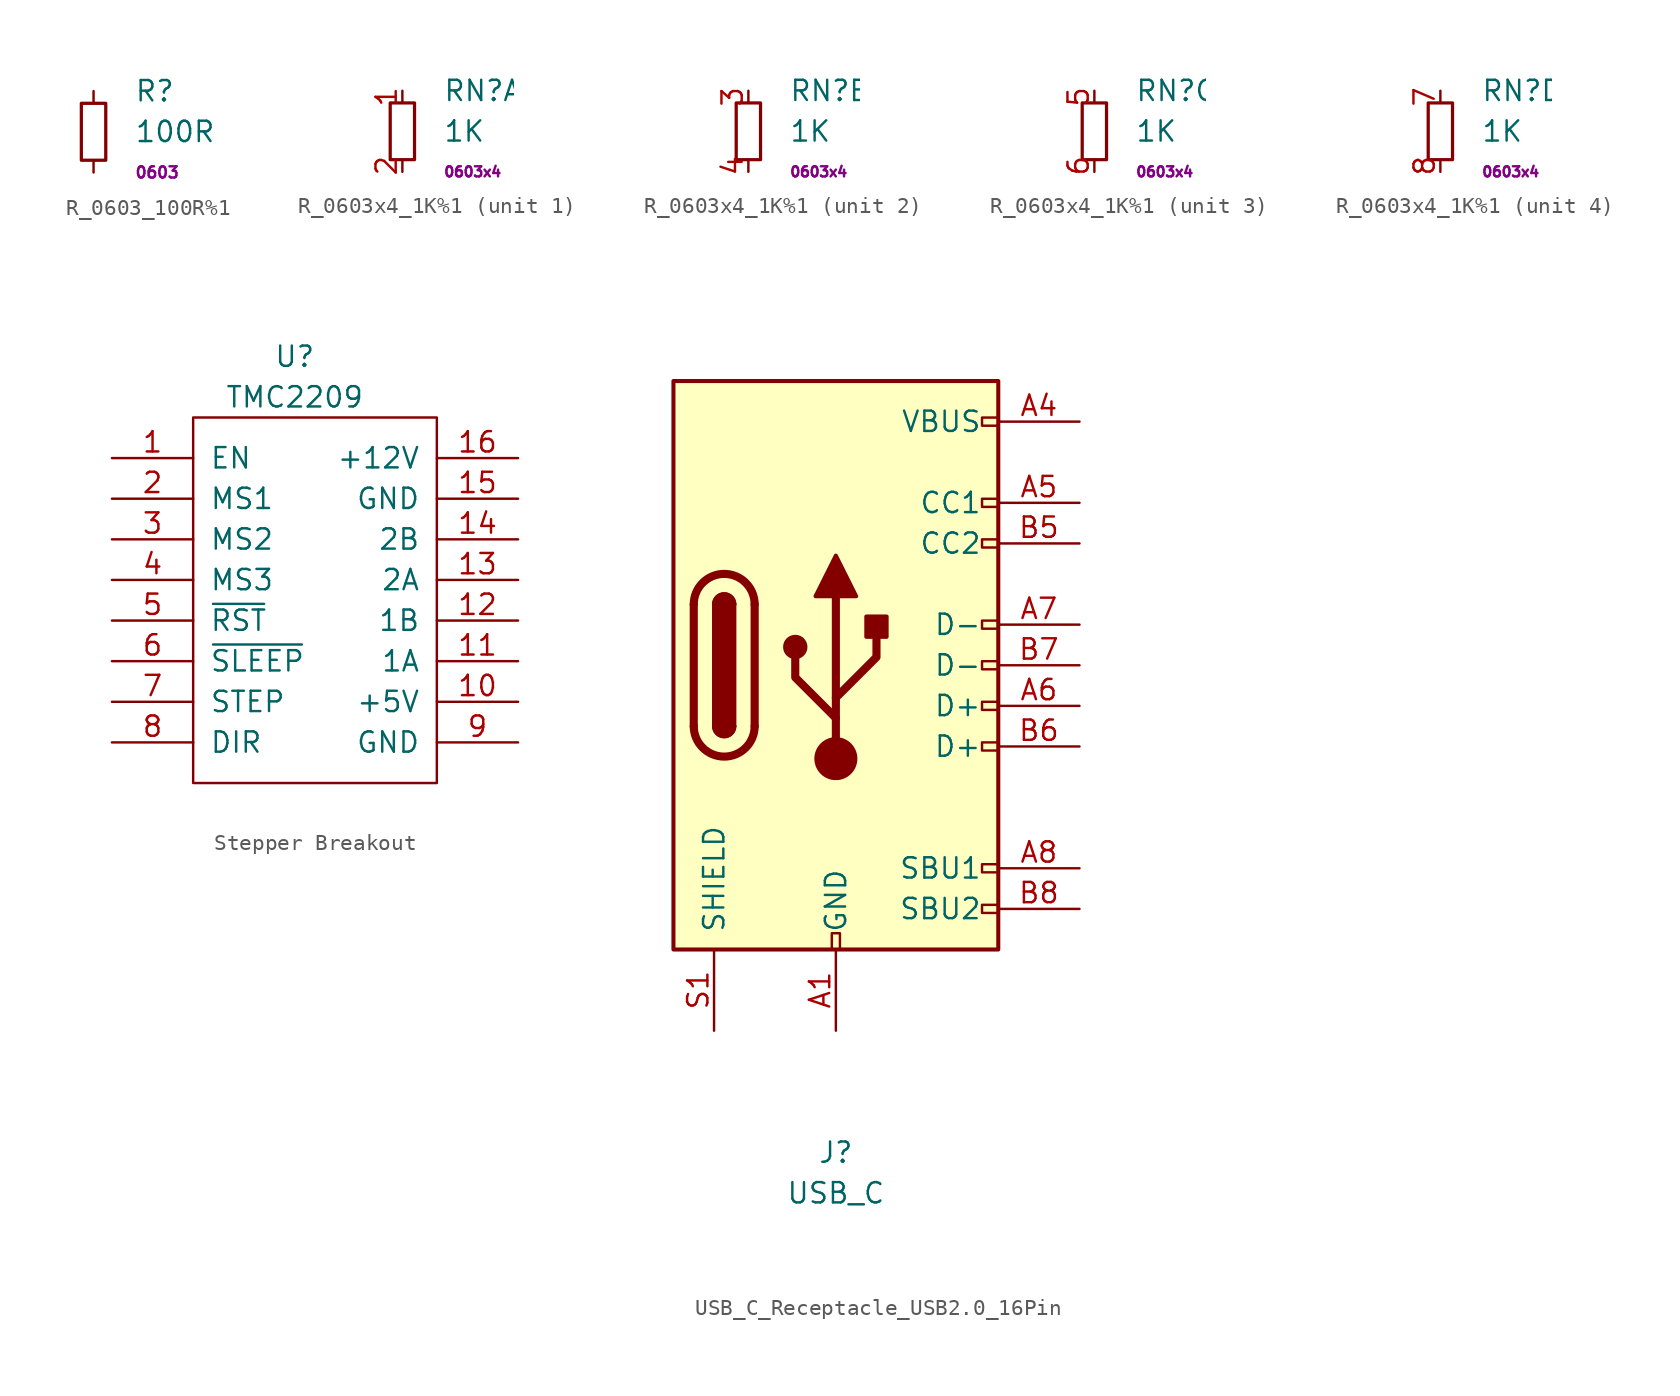
<source format=kicad_sym>
(kicad_symbol_lib
  (version 20241209)
  (generator "kicad_symbol_editor")
  (generator_version "9.0")
  (symbol "R_0603_100R%1"
    (pin_numbers
      (hide yes))
    (pin_names
      (offset 0.254)
      (hide yes))
    (property "Reference" "R"
      (at 2.54 2.54 0)
      (effects (font (size 1.27 1.27)) (justify left)))
    (property "Value" "100R"
      (at 2.54 0 0)
      (effects (font (size 1.27 1.27)) (justify left)))
    (property "Pad" "0603"
      (at 2.54 -2.54 0)
      (effects (font (size 0.7 0.7)) (justify left)))
    (symbol "R_0603_100R%1_0_1"
      (rectangle (start -0.762 1.778) (end 0.762 -1.778) (stroke (width 0.203) (type default)) (fill (type none))))
    (symbol "R_0603_100R%1_1_1"
      (pin passive line (at 0 2.54 270) (length 0.762) (name "~" (effects (font (size 1.27 1.27)))) (number "1" (effects (font (size 1.27 1.27)))))
      (pin passive line (at 0 -2.54 90) (length 0.762) (name "~" (effects (font (size 1.27 1.27)))) (number "2" (effects (font (size 1.27 1.27)))))))
  (symbol "R_0603x4_1K%1"
    (pin_names
      (offset 0)
      (hide yes))
    (property "Reference" "RN"
      (at 2.54 2.54 0)
      (effects (font (size 1.27 1.27)) (justify left)))
    (property "Value" "1K"
      (at 2.54 0 0)
      (effects (font (size 1.27 1.27)) (justify left)))
    (property "Pad" "0603x4"
      (at 2.54 -2.54 0)
      (effects (font (size 0.635 0.635)) (justify left)))
    (symbol "R_0603x4_1K%1_0_1"
      (rectangle (start -0.762 1.778) (end 0.762 -1.778) (stroke (width 0.203) (type default)) (fill (type none))))
    (symbol "R_0603x4_1K%1_1_1"
      (pin passive line (at 0 2.54 270) (length 0.762) (name "~" (effects (font (size 1.27 1.27)))) (number "1" (effects (font (size 1.27 1.27)))))
      (pin passive line (at 0 -2.54 90) (length 0.762) (name "~" (effects (font (size 1.27 1.27)))) (number "2" (effects (font (size 1.27 1.27))))))
    (symbol "R_0603x4_1K%1_2_1"
      (pin passive line (at 0 2.54 270) (length 0.762) (name "~" (effects (font (size 1.27 1.27)))) (number "3" (effects (font (size 1.27 1.27)))))
      (pin passive line (at 0 -2.54 90) (length 0.762) (name "~" (effects (font (size 1.27 1.27)))) (number "4" (effects (font (size 1.27 1.27))))))
    (symbol "R_0603x4_1K%1_3_1"
      (pin passive line (at 0 2.54 270) (length 0.762) (name "~" (effects (font (size 1.27 1.27)))) (number "5" (effects (font (size 1.27 1.27)))))
      (pin passive line (at 0 -2.54 90) (length 0.762) (name "~" (effects (font (size 1.27 1.27)))) (number "6" (effects (font (size 1.27 1.27))))))
    (symbol "R_0603x4_1K%1_4_1"
      (pin passive line (at 0 2.54 270) (length 0.762) (name "~" (effects (font (size 1.27 1.27)))) (number "7" (effects (font (size 1.27 1.27)))))
      (pin passive line (at 0 -2.54 90) (length 0.762) (name "~" (effects (font (size 1.27 1.27)))) (number "8" (effects (font (size 1.27 1.27)))))))
  (symbol "Stepper Breakout"
    (pin_names
      (offset 1.016))
    (property "Reference" "U"
      (at 6.35 6.35 0)
      (effects (font (size 1.27 1.27))))
    (property "Value" "TMC2209"
      (at 6.35 3.81 0)
      (effects (font (size 1.27 1.27))))
    (symbol "Stepper Breakout_0_1"
      (rectangle (start 0 2.54) (end 15.24 -20.32) (stroke (width 0) (type solid)) (fill (type none))))
    (symbol "Stepper Breakout_1_1"
      (pin bidirectional line (at -5.08 0 0) (length 5.08) (name "EN" (effects (font (size 1.27 1.27)))) (number "1" (effects (font (size 1.27 1.27)))))
      (pin bidirectional line (at -5.08 -2.54 0) (length 5.08) (name "MS1" (effects (font (size 1.27 1.27)))) (number "2" (effects (font (size 1.27 1.27)))))
      (pin bidirectional line (at -5.08 -5.08 0) (length 5.08) (name "MS2" (effects (font (size 1.27 1.27)))) (number "3" (effects (font (size 1.27 1.27)))))
      (pin bidirectional line (at -5.08 -7.62 0) (length 5.08) (name "MS3" (effects (font (size 1.27 1.27)))) (number "4" (effects (font (size 1.27 1.27)))))
      (pin bidirectional line (at -5.08 -10.16 0) (length 5.08) (name "~{RST}" (effects (font (size 1.27 1.27)))) (number "5" (effects (font (size 1.27 1.27)))))
      (pin bidirectional line (at -5.08 -12.7 0) (length 5.08) (name "~{SLEEP}" (effects (font (size 1.27 1.27)))) (number "6" (effects (font (size 1.27 1.27)))))
      (pin bidirectional line (at -5.08 -15.24 0) (length 5.08) (name "STEP" (effects (font (size 1.27 1.27)))) (number "7" (effects (font (size 1.27 1.27)))))
      (pin bidirectional line (at -5.08 -17.78 0) (length 5.08) (name "DIR" (effects (font (size 1.27 1.27)))) (number "8" (effects (font (size 1.27 1.27)))))
      (pin bidirectional line (at 20.32 0 180) (length 5.08) (name "+12V" (effects (font (size 1.27 1.27)))) (number "16" (effects (font (size 1.27 1.27)))))
      (pin bidirectional line (at 20.32 -2.54 180) (length 5.08) (name "GND" (effects (font (size 1.27 1.27)))) (number "15" (effects (font (size 1.27 1.27)))))
      (pin bidirectional line (at 20.32 -5.08 180) (length 5.08) (name "2B" (effects (font (size 1.27 1.27)))) (number "14" (effects (font (size 1.27 1.27)))))
      (pin bidirectional line (at 20.32 -7.62 180) (length 5.08) (name "2A" (effects (font (size 1.27 1.27)))) (number "13" (effects (font (size 1.27 1.27)))))
      (pin bidirectional line (at 20.32 -10.16 180) (length 5.08) (name "1B" (effects (font (size 1.27 1.27)))) (number "12" (effects (font (size 1.27 1.27)))))
      (pin bidirectional line (at 20.32 -12.7 180) (length 5.08) (name "1A" (effects (font (size 1.27 1.27)))) (number "11" (effects (font (size 1.27 1.27)))))
      (pin bidirectional line (at 20.32 -15.24 180) (length 5.08) (name "+5V" (effects (font (size 1.27 1.27)))) (number "10" (effects (font (size 1.27 1.27)))))
      (pin bidirectional line (at 20.32 -17.78 180) (length 5.08) (name "GND" (effects (font (size 1.27 1.27)))) (number "9" (effects (font (size 1.27 1.27)))))))
  (symbol "USB_C_Receptacle_USB2.0_16Pin"
    (pin_names
      (offset 1.016))
    (property "Reference" "J"
      (at 0 -30.48 0)
      (effects (font (size 1.27 1.27))))
    (property "Value" "USB_C"
      (at 0 -33.02 0)
      (effects (font (size 1.27 1.27))))
    (symbol "USB_C_Receptacle_USB2.0_16Pin_0_0"
      (rectangle (start -0.254 -17.78) (end 0.254 -16.764) (stroke (width 0) (type default)) (fill (type none)))
      (rectangle (start 10.16 15.494) (end 9.144 14.986) (stroke (width 0) (type default)) (fill (type none)))
      (rectangle (start 10.16 10.414) (end 9.144 9.906) (stroke (width 0) (type default)) (fill (type none)))
      (rectangle (start 10.16 7.874) (end 9.144 7.366) (stroke (width 0) (type default)) (fill (type none)))
      (rectangle (start 10.16 2.794) (end 9.144 2.286) (stroke (width 0) (type default)) (fill (type none)))
      (rectangle (start 10.16 0.254) (end 9.144 -0.254) (stroke (width 0) (type default)) (fill (type none)))
      (rectangle (start 10.16 -2.286) (end 9.144 -2.794) (stroke (width 0) (type default)) (fill (type none)))
      (rectangle (start 10.16 -4.826) (end 9.144 -5.334) (stroke (width 0) (type default)) (fill (type none)))
      (rectangle (start 10.16 -12.446) (end 9.144 -12.954) (stroke (width 0) (type default)) (fill (type none)))
      (rectangle (start 10.16 -14.986) (end 9.144 -15.494) (stroke (width 0) (type default)) (fill (type none))))
    (symbol "USB_C_Receptacle_USB2.0_16Pin_0_1"
      (rectangle (start -10.16 17.78) (end 10.16 -17.78) (stroke (width 0.254) (type default)) (fill (type background)))
      (polyline (pts (xy -8.89 -3.81) (xy -8.89 3.81)) (stroke (width 0.508) (type default)) (fill (type none)))
      (rectangle (start -7.62 -3.81) (end -6.35 3.81) (stroke (width 0.254) (type default)) (fill (type outline)))
      (arc (start -7.62 3.81) (mid -6.985 4.4423) (end -6.35 3.81) (stroke (width 0.254) (type default)) (fill (type none)))
      (arc (start -7.62 3.81) (mid -6.985 4.4423) (end -6.35 3.81) (stroke (width 0.254) (type default)) (fill (type outline)))
      (arc (start -8.89 3.81) (mid -6.985 5.7067) (end -5.08 3.81) (stroke (width 0.508) (type default)) (fill (type none)))
      (arc (start -5.08 -3.81) (mid -6.985 -5.7067) (end -8.89 -3.81) (stroke (width 0.508) (type default)) (fill (type none)))
      (arc (start -6.35 -3.81) (mid -6.985 -4.4423) (end -7.62 -3.81) (stroke (width 0.254) (type default)) (fill (type none)))
      (arc (start -6.35 -3.81) (mid -6.985 -4.4423) (end -7.62 -3.81) (stroke (width 0.254) (type default)) (fill (type outline)))
      (polyline (pts (xy -5.08 3.81) (xy -5.08 -3.81)) (stroke (width 0.508) (type default)) (fill (type none)))
      (circle (center -2.54 1.143) (radius 0.635) (stroke (width 0.254) (type default)) (fill (type outline)))
      (polyline (pts (xy -1.27 4.318) (xy 0 6.858) (xy 1.27 4.318) (xy -1.27 4.318)) (stroke (width 0.254) (type default)) (fill (type outline)))
      (polyline (pts (xy 0 -2.032) (xy 2.54 0.508) (xy 2.54 1.778)) (stroke (width 0.508) (type default)) (fill (type none)))
      (polyline (pts (xy 0 -3.302) (xy -2.54 -0.762) (xy -2.54 0.508)) (stroke (width 0.508) (type default)) (fill (type none)))
      (polyline (pts (xy 0 -5.842) (xy 0 4.318)) (stroke (width 0.508) (type default)) (fill (type none)))
      (circle (center 0 -5.842) (radius 1.27) (stroke (width 0) (type default)) (fill (type outline)))
      (rectangle (start 1.905 1.778) (end 3.175 3.048) (stroke (width 0.254) (type default)) (fill (type outline))))
    (symbol "USB_C_Receptacle_USB2.0_16Pin_1_1"
      (pin passive line (at -7.62 -22.86 90) (length 5.08) (name "SHIELD" (effects (font (size 1.27 1.27)))) (number "S1" (effects (font (size 1.27 1.27)))))
      (pin passive line (at 0 -22.86 90) (length 5.08) (name "GND" (effects (font (size 1.27 1.27)))) (number "A1" (effects (font (size 1.27 1.27)))))
      (pin passive line (at 0 -22.86 90) (length 5.08) (hide yes) (name "GND" (effects (font (size 1.27 1.27)))) (number "A12" (effects (font (size 1.27 1.27)))))
      (pin passive line (at 0 -22.86 90) (length 5.08) (hide yes) (name "GND" (effects (font (size 1.27 1.27)))) (number "B1" (effects (font (size 1.27 1.27)))))
      (pin passive line (at 0 -22.86 90) (length 5.08) (hide yes) (name "GND" (effects (font (size 1.27 1.27)))) (number "B12" (effects (font (size 1.27 1.27)))))
      (pin passive line (at 15.24 15.24 180) (length 5.08) (name "VBUS" (effects (font (size 1.27 1.27)))) (number "A4" (effects (font (size 1.27 1.27)))))
      (pin passive line (at 15.24 15.24 180) (length 5.08) (hide yes) (name "VBUS" (effects (font (size 1.27 1.27)))) (number "A9" (effects (font (size 1.27 1.27)))))
      (pin passive line (at 15.24 15.24 180) (length 5.08) (hide yes) (name "VBUS" (effects (font (size 1.27 1.27)))) (number "B4" (effects (font (size 1.27 1.27)))))
      (pin passive line (at 15.24 15.24 180) (length 5.08) (hide yes) (name "VBUS" (effects (font (size 1.27 1.27)))) (number "B9" (effects (font (size 1.27 1.27)))))
      (pin bidirectional line (at 15.24 10.16 180) (length 5.08) (name "CC1" (effects (font (size 1.27 1.27)))) (number "A5" (effects (font (size 1.27 1.27)))))
      (pin bidirectional line (at 15.24 7.62 180) (length 5.08) (name "CC2" (effects (font (size 1.27 1.27)))) (number "B5" (effects (font (size 1.27 1.27)))))
      (pin bidirectional line (at 15.24 2.54 180) (length 5.08) (name "D-" (effects (font (size 1.27 1.27)))) (number "A7" (effects (font (size 1.27 1.27)))))
      (pin bidirectional line (at 15.24 0 180) (length 5.08) (name "D-" (effects (font (size 1.27 1.27)))) (number "B7" (effects (font (size 1.27 1.27)))))
      (pin bidirectional line (at 15.24 -2.54 180) (length 5.08) (name "D+" (effects (font (size 1.27 1.27)))) (number "A6" (effects (font (size 1.27 1.27)))))
      (pin bidirectional line (at 15.24 -5.08 180) (length 5.08) (name "D+" (effects (font (size 1.27 1.27)))) (number "B6" (effects (font (size 1.27 1.27)))))
      (pin bidirectional line (at 15.24 -12.7 180) (length 5.08) (name "SBU1" (effects (font (size 1.27 1.27)))) (number "A8" (effects (font (size 1.27 1.27)))))
      (pin bidirectional line (at 15.24 -15.24 180) (length 5.08) (name "SBU2" (effects (font (size 1.27 1.27)))) (number "B8" (effects (font (size 1.27 1.27))))))))
</source>
